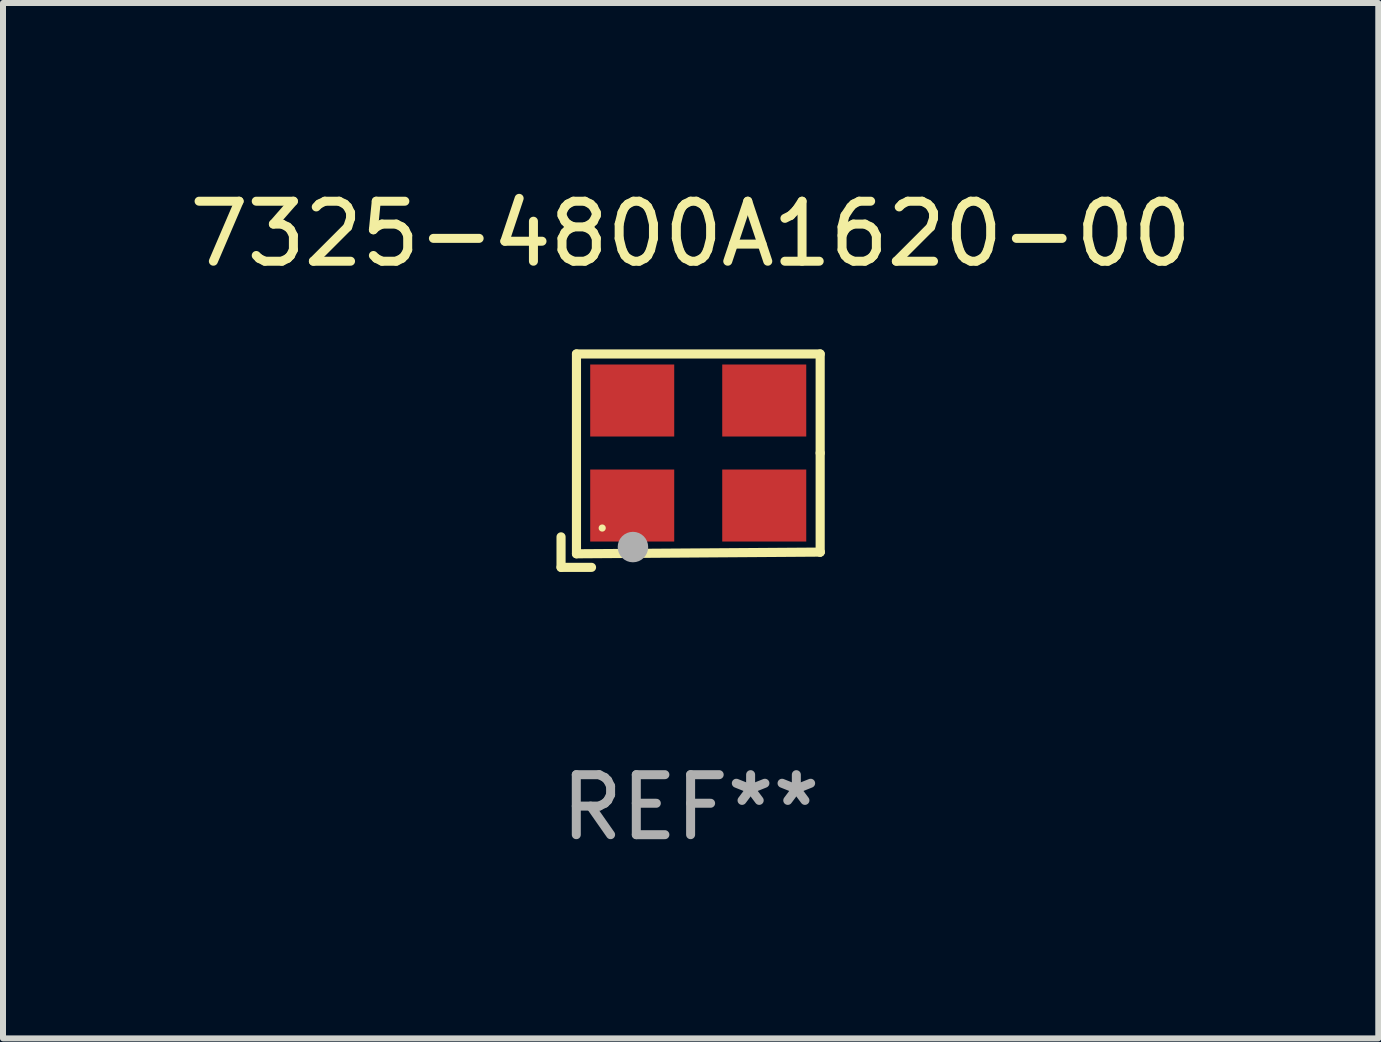
<source format=kicad_pcb>
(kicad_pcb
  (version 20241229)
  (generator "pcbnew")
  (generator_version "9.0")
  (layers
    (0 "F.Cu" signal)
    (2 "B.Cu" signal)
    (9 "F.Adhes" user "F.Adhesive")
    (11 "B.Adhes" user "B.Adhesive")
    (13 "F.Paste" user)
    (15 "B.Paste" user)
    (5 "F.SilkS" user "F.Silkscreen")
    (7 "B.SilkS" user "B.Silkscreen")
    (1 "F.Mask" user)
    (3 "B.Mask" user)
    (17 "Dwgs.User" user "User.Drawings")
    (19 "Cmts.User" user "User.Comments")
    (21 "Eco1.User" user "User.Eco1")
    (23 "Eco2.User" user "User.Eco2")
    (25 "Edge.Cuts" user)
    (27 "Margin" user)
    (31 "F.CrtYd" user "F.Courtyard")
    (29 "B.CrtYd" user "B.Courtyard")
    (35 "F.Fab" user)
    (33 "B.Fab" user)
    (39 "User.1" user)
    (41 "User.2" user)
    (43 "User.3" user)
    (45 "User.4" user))
  (footprint "7325-4800A1620-00"
    (layer "F.Cu")
    (at 8.458 4.626)
    (property "Reference" "7325-4800A1620-00" (at 0 -3.778 0) (layer "F.SilkS") (effects (font (size 1 1) (thickness 0.15))))
    (attr through_hole)
    (fp_line (start -2.159 1.27) (end -2.159 1.778) (stroke (width 0.152) (type solid)) (layer "F.SilkS"))
    (fp_line (start -2.159 1.778) (end -1.651 1.778) (stroke (width 0.152) (type solid)) (layer "F.SilkS"))
    (fp_line (start -1.902 -1.778) (end 2.159 -1.778) (stroke (width 0.152) (type solid)) (layer "F.SilkS"))
    (fp_line (start -1.902 1.552) (end -1.902 -1.778) (stroke (width 0.152) (type solid)) (layer "F.SilkS"))
    (fp_line (start 2.159 -1.778) (end 2.159 -0.127) (stroke (width 0.152) (type solid)) (layer "F.SilkS"))
    (fp_line (start 2.159 -0.127) (end 2.159 1.524) (stroke (width 0.152) (type solid)) (layer "F.SilkS"))
    (fp_line (start 2.159 1.524) (end -1.902 1.552) (stroke (width 0.152) (type solid)) (layer "F.SilkS"))
    (fp_line (start 2.159 1.524) (end 2.159 1.524) (stroke (width 0.152) (type solid)) (layer "F.SilkS"))
    (fp_circle (center -1.473 1.123) (end -1.443 1.123) (stroke (width 0.06) (type solid)) (fill no) (layer "F.SilkS"))
    (fp_circle (center -0.961 1.44) (end -0.834 1.44) (stroke (width 0.254) (type solid)) (fill no) (layer "F.Fab"))
    (fp_text user "REF**" (at 0 5.778 0) (layer "F.Fab") (effects (font (size 1 1) (thickness 0.15))))
    (pad "1" smd rect (at -0.973 0.748) (size 1.4 1.2) (layers "F.Cu" "F.Mask" "F.Paste"))
    (pad "2" smd rect (at 1.227 0.748) (size 1.4 1.2) (layers "F.Cu" "F.Mask" "F.Paste"))
    (pad "3" smd rect (at 1.227 -1.002) (size 1.4 1.2) (layers "F.Cu" "F.Mask" "F.Paste"))
    (pad "4" smd rect (at -0.973 -1.002) (size 1.4 1.2) (layers "F.Cu" "F.Mask" "F.Paste")))
  (gr_rect
    (start -3 -3)
    (end 19.917 14.253)
    (stroke (width 0.1) (type default))
    (fill no)
    (layer "Edge.Cuts")))
</source>
